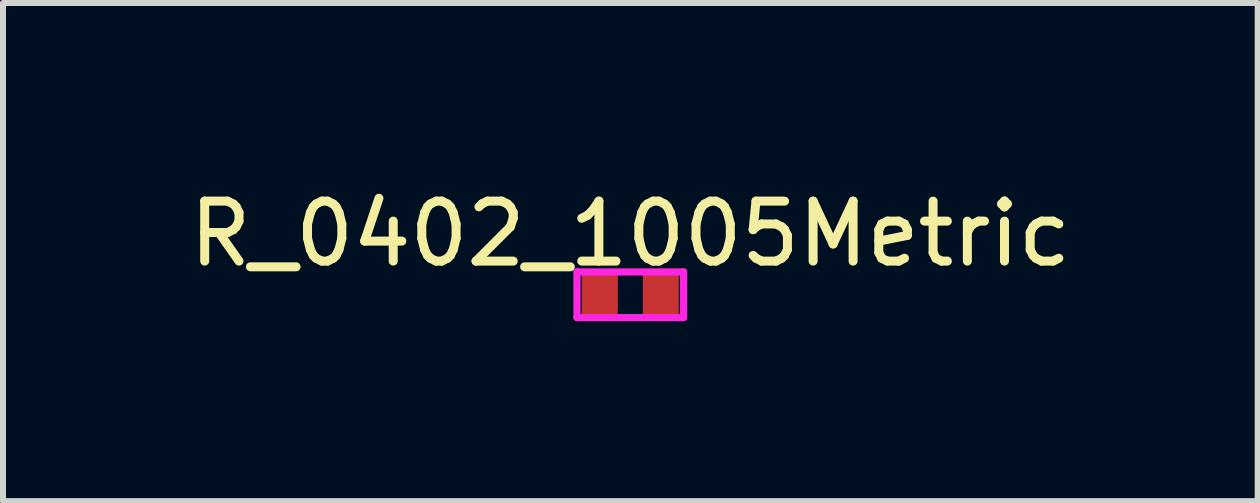
<source format=kicad_pcb>
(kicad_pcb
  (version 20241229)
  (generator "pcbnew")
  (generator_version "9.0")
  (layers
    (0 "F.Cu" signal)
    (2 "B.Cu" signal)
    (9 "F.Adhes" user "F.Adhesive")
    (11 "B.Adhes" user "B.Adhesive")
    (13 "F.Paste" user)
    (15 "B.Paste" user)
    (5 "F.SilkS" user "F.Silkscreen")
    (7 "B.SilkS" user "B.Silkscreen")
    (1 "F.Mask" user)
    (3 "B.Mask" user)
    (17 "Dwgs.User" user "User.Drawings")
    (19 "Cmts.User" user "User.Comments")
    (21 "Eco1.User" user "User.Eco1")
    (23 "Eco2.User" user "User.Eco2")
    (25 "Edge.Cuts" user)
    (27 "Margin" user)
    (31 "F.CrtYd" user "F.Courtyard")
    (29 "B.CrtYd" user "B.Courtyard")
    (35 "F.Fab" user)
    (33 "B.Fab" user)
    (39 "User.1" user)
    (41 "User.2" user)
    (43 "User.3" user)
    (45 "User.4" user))
  (footprint "R_0402_1005Metric"
    (layer "F.Cu")
    (at 7.458 1.864)
    (property "Reference" "R_0402_1005Metric" (at 0 -1.016 0) (layer "F.SilkS") (effects (font (size 1 1) (thickness 0.15))))
    (attr smd)
    (fp_line (start -0.889 -0.381) (end -0.889 0.381) (stroke (width 0.12) (type solid)) (layer "F.CrtYd"))
    (fp_line (start -0.889 0.381) (end 0.889 0.381) (stroke (width 0.12) (type solid)) (layer "F.CrtYd"))
    (fp_line (start 0.889 -0.381) (end -0.889 -0.381) (stroke (width 0.12) (type solid)) (layer "F.CrtYd"))
    (fp_line (start 0.889 0.381) (end 0.889 -0.381) (stroke (width 0.12) (type solid)) (layer "F.CrtYd"))
    (pad "1" smd rect (at -0.508 0) (size 0.6 0.7) (layers "F.Cu" "F.Mask" "F.Paste"))
    (pad "2" smd rect (at 0.508 0) (size 0.6 0.7) (layers "F.Cu" "F.Mask" "F.Paste")))
  (gr_rect
    (start -3 -3)
    (end 17.917 5.305)
    (stroke (width 0.1) (type default))
    (fill no)
    (layer "Edge.Cuts")))
</source>
